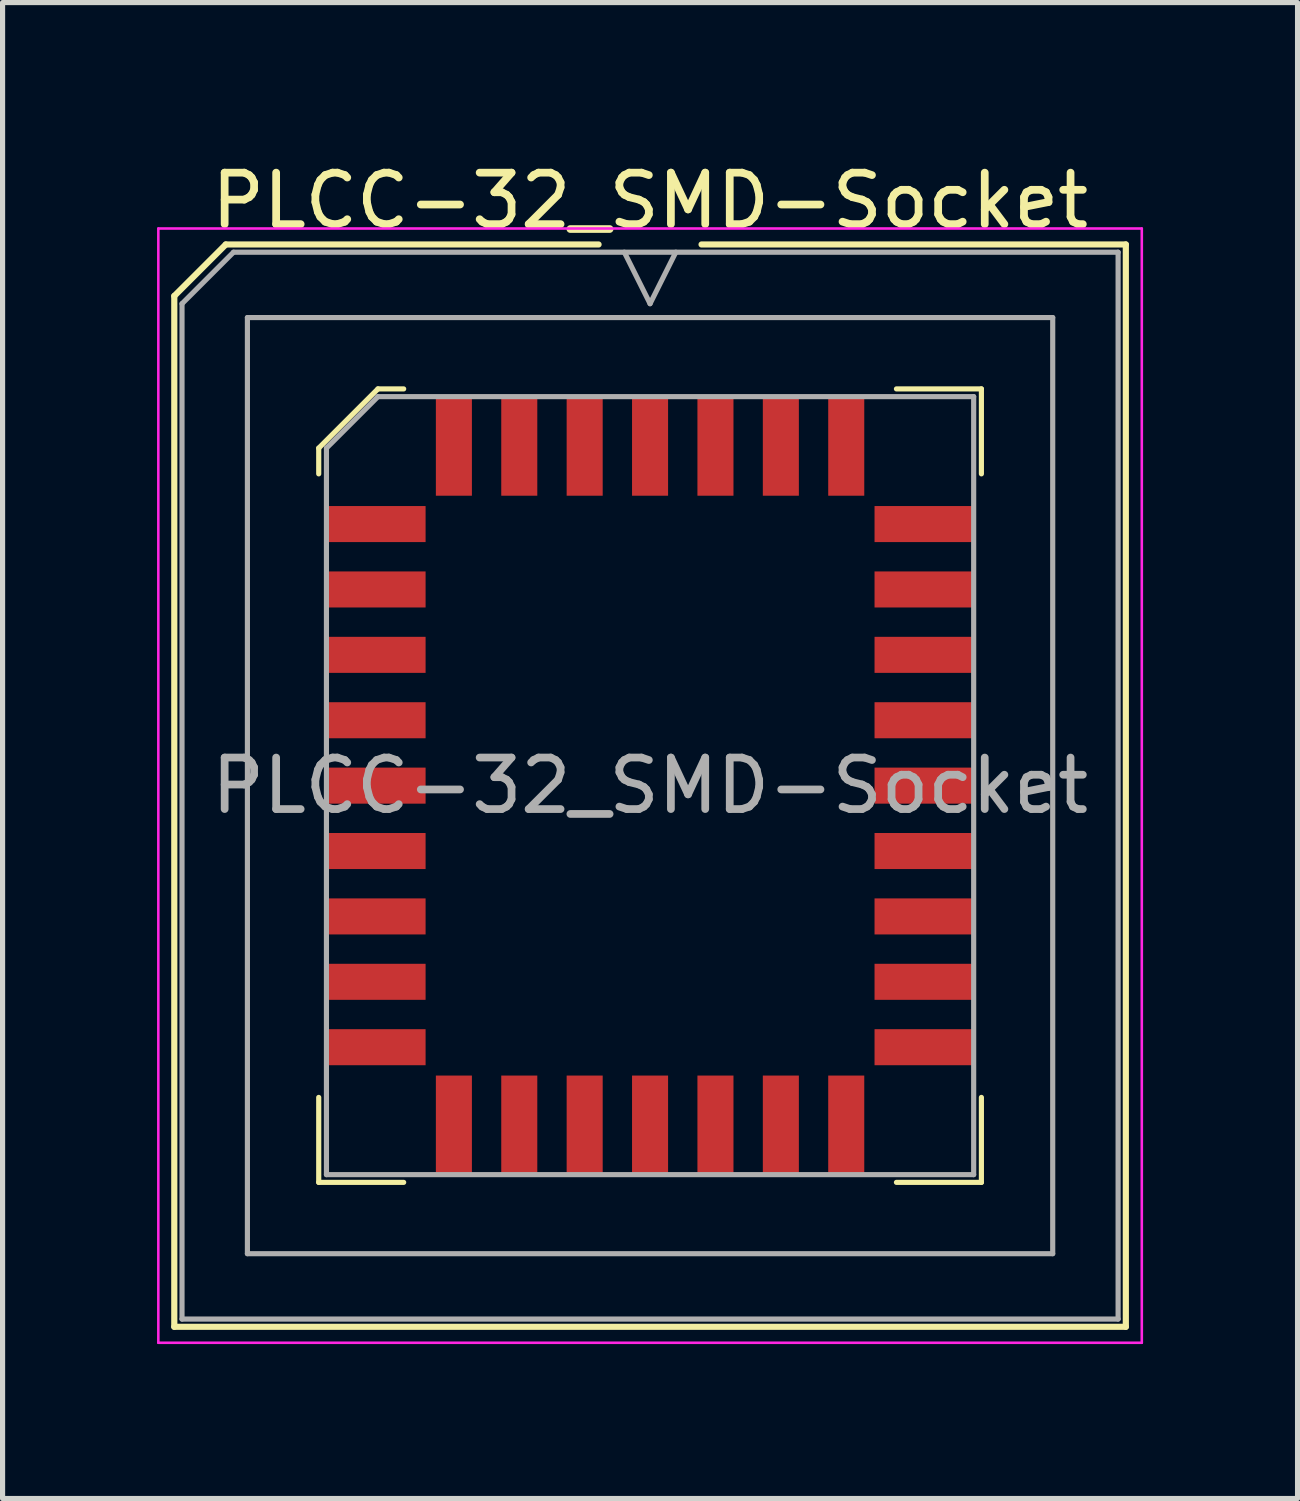
<source format=kicad_pcb>
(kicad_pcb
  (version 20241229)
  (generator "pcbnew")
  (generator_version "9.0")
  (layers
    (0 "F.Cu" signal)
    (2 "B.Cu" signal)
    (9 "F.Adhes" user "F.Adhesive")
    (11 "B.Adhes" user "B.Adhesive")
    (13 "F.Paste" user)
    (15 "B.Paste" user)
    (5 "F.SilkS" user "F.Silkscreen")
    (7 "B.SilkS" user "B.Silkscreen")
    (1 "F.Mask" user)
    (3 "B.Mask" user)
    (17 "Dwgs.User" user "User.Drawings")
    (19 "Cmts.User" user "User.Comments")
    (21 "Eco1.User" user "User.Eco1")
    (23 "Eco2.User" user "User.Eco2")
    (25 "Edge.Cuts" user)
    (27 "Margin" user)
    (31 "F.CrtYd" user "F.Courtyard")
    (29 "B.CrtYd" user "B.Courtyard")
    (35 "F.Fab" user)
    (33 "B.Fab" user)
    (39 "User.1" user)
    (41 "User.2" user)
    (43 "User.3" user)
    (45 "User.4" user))
  (footprint "PLCC-32_SMD-Socket"
    (layer "F.Cu")
    (at 9.575 12.208)
    (property "Reference" "PLCC-32_SMD-Socket" (at 0 -11.36 0) (layer "F.SilkS") (effects (font (size 1 1) (thickness 0.15))))
    (attr smd)
    (fp_line (start -9.24 -9.51) (end -9.24 10.51) (stroke (width 0.12) (type solid)) (layer "F.SilkS"))
    (fp_line (start -9.24 10.51) (end 9.24 10.51) (stroke (width 0.12) (type solid)) (layer "F.SilkS"))
    (fp_line (start -8.24 -10.51) (end -9.24 -9.51) (stroke (width 0.12) (type solid)) (layer "F.SilkS"))
    (fp_line (start -6.435 -6.555) (end -6.435 -6.055) (stroke (width 0.1) (type solid)) (layer "F.SilkS"))
    (fp_line (start -6.435 7.705) (end -6.435 6.055) (stroke (width 0.1) (type solid)) (layer "F.SilkS"))
    (fp_line (start -5.285 -7.705) (end -6.435 -6.555) (stroke (width 0.1) (type solid)) (layer "F.SilkS"))
    (fp_line (start -4.785 -7.705) (end -5.285 -7.705) (stroke (width 0.1) (type solid)) (layer "F.SilkS"))
    (fp_line (start -4.785 7.705) (end -6.435 7.705) (stroke (width 0.1) (type solid)) (layer "F.SilkS"))
    (fp_line (start -1 -10.51) (end -8.24 -10.51) (stroke (width 0.12) (type solid)) (layer "F.SilkS"))
    (fp_line (start 4.785 -7.705) (end 6.435 -7.705) (stroke (width 0.1) (type solid)) (layer "F.SilkS"))
    (fp_line (start 4.785 7.705) (end 6.435 7.705) (stroke (width 0.1) (type solid)) (layer "F.SilkS"))
    (fp_line (start 6.435 -7.705) (end 6.435 -6.055) (stroke (width 0.1) (type solid)) (layer "F.SilkS"))
    (fp_line (start 6.435 7.705) (end 6.435 6.055) (stroke (width 0.1) (type solid)) (layer "F.SilkS"))
    (fp_line (start 9.24 -10.51) (end 1 -10.51) (stroke (width 0.12) (type solid)) (layer "F.SilkS"))
    (fp_line (start 9.24 10.51) (end 9.24 -10.51) (stroke (width 0.12) (type solid)) (layer "F.SilkS"))
    (fp_line (start -9.55 -10.82) (end -9.55 10.82) (stroke (width 0.05) (type solid)) (layer "F.CrtYd"))
    (fp_line (start -9.55 10.82) (end 9.55 10.82) (stroke (width 0.05) (type solid)) (layer "F.CrtYd"))
    (fp_line (start 9.55 -10.82) (end -9.55 -10.82) (stroke (width 0.05) (type solid)) (layer "F.CrtYd"))
    (fp_line (start 9.55 10.82) (end 9.55 -10.82) (stroke (width 0.05) (type solid)) (layer "F.CrtYd"))
    (fp_line (start -9.09 -9.36) (end -9.09 10.36) (stroke (width 0.1) (type solid)) (layer "F.Fab"))
    (fp_line (start -9.09 10.36) (end 9.09 10.36) (stroke (width 0.1) (type solid)) (layer "F.Fab"))
    (fp_line (start -8.09 -10.36) (end -9.09 -9.36) (stroke (width 0.1) (type solid)) (layer "F.Fab"))
    (fp_line (start -7.82 -9.09) (end -7.82 9.09) (stroke (width 0.1) (type solid)) (layer "F.Fab"))
    (fp_line (start -7.82 9.09) (end 7.82 9.09) (stroke (width 0.1) (type solid)) (layer "F.Fab"))
    (fp_line (start -6.285 -6.555) (end -6.285 7.555) (stroke (width 0.1) (type solid)) (layer "F.Fab"))
    (fp_line (start -6.285 7.555) (end 6.285 7.555) (stroke (width 0.1) (type solid)) (layer "F.Fab"))
    (fp_line (start -5.285 -7.555) (end -6.285 -6.555) (stroke (width 0.1) (type solid)) (layer "F.Fab"))
    (fp_line (start -0.5 -10.36) (end 0 -9.36) (stroke (width 0.1) (type solid)) (layer "F.Fab"))
    (fp_line (start 0 -9.36) (end 0.5 -10.36) (stroke (width 0.1) (type solid)) (layer "F.Fab"))
    (fp_line (start 6.285 -7.555) (end -5.285 -7.555) (stroke (width 0.1) (type solid)) (layer "F.Fab"))
    (fp_line (start 6.285 7.555) (end 6.285 -7.555) (stroke (width 0.1) (type solid)) (layer "F.Fab"))
    (fp_line (start 7.82 -9.09) (end -7.82 -9.09) (stroke (width 0.1) (type solid)) (layer "F.Fab"))
    (fp_line (start 7.82 9.09) (end 7.82 -9.09) (stroke (width 0.1) (type solid)) (layer "F.Fab"))
    (fp_line (start 9.09 -10.36) (end -8.09 -10.36) (stroke (width 0.1) (type solid)) (layer "F.Fab"))
    (fp_line (start 9.09 10.36) (end 9.09 -10.36) (stroke (width 0.1) (type solid)) (layer "F.Fab"))
    (fp_text user "${REFERENCE}" (at 0 0 0) (layer "F.Fab") (effects (font (size 1 1) (thickness 0.15))))
    (pad "1" smd rect (at 0 -6.593) (size 0.7 1.925) (layers "F.Cu" "F.Mask" "F.Paste"))
    (pad "2" smd rect (at -1.27 -6.593) (size 0.7 1.925) (layers "F.Cu" "F.Mask" "F.Paste"))
    (pad "3" smd rect (at -2.54 -6.593) (size 0.7 1.925) (layers "F.Cu" "F.Mask" "F.Paste"))
    (pad "4" smd rect (at -3.81 -6.593) (size 0.7 1.925) (layers "F.Cu" "F.Mask" "F.Paste"))
    (pad "5" smd rect (at -5.322 -5.08) (size 1.925 0.7) (layers "F.Cu" "F.Mask" "F.Paste"))
    (pad "6" smd rect (at -5.322 -3.81) (size 1.925 0.7) (layers "F.Cu" "F.Mask" "F.Paste"))
    (pad "7" smd rect (at -5.322 -2.54) (size 1.925 0.7) (layers "F.Cu" "F.Mask" "F.Paste"))
    (pad "8" smd rect (at -5.322 -1.27) (size 1.925 0.7) (layers "F.Cu" "F.Mask" "F.Paste"))
    (pad "9" smd rect (at -5.322 0) (size 1.925 0.7) (layers "F.Cu" "F.Mask" "F.Paste"))
    (pad "10" smd rect (at -5.322 1.27) (size 1.925 0.7) (layers "F.Cu" "F.Mask" "F.Paste"))
    (pad "11" smd rect (at -5.322 2.54) (size 1.925 0.7) (layers "F.Cu" "F.Mask" "F.Paste"))
    (pad "12" smd rect (at -5.322 3.81) (size 1.925 0.7) (layers "F.Cu" "F.Mask" "F.Paste"))
    (pad "13" smd rect (at -5.322 5.08) (size 1.925 0.7) (layers "F.Cu" "F.Mask" "F.Paste"))
    (pad "14" smd rect (at -3.81 6.593) (size 0.7 1.925) (layers "F.Cu" "F.Mask" "F.Paste"))
    (pad "15" smd rect (at -2.54 6.593) (size 0.7 1.925) (layers "F.Cu" "F.Mask" "F.Paste"))
    (pad "16" smd rect (at -1.27 6.593) (size 0.7 1.925) (layers "F.Cu" "F.Mask" "F.Paste"))
    (pad "17" smd rect (at 0 6.593) (size 0.7 1.925) (layers "F.Cu" "F.Mask" "F.Paste"))
    (pad "18" smd rect (at 1.27 6.593) (size 0.7 1.925) (layers "F.Cu" "F.Mask" "F.Paste"))
    (pad "19" smd rect (at 2.54 6.593) (size 0.7 1.925) (layers "F.Cu" "F.Mask" "F.Paste"))
    (pad "20" smd rect (at 3.81 6.593) (size 0.7 1.925) (layers "F.Cu" "F.Mask" "F.Paste"))
    (pad "21" smd rect (at 5.322 5.08) (size 1.925 0.7) (layers "F.Cu" "F.Mask" "F.Paste"))
    (pad "22" smd rect (at 5.322 3.81) (size 1.925 0.7) (layers "F.Cu" "F.Mask" "F.Paste"))
    (pad "23" smd rect (at 5.322 2.54) (size 1.925 0.7) (layers "F.Cu" "F.Mask" "F.Paste"))
    (pad "24" smd rect (at 5.322 1.27) (size 1.925 0.7) (layers "F.Cu" "F.Mask" "F.Paste"))
    (pad "25" smd rect (at 5.322 0) (size 1.925 0.7) (layers "F.Cu" "F.Mask" "F.Paste"))
    (pad "26" smd rect (at 5.322 -1.27) (size 1.925 0.7) (layers "F.Cu" "F.Mask" "F.Paste"))
    (pad "27" smd rect (at 5.322 -2.54) (size 1.925 0.7) (layers "F.Cu" "F.Mask" "F.Paste"))
    (pad "28" smd rect (at 5.322 -3.81) (size 1.925 0.7) (layers "F.Cu" "F.Mask" "F.Paste"))
    (pad "29" smd rect (at 5.322 -5.08) (size 1.925 0.7) (layers "F.Cu" "F.Mask" "F.Paste"))
    (pad "30" smd rect (at 3.81 -6.593) (size 0.7 1.925) (layers "F.Cu" "F.Mask" "F.Paste"))
    (pad "31" smd rect (at 2.54 -6.593) (size 0.7 1.925) (layers "F.Cu" "F.Mask" "F.Paste"))
    (pad "32" smd rect (at 1.27 -6.593) (size 0.7 1.925) (layers "F.Cu" "F.Mask" "F.Paste")))
  (gr_rect
    (start -3 -3)
    (end 22.15 26.053)
    (stroke (width 0.1) (type default))
    (fill no)
    (layer "Edge.Cuts")))
</source>
